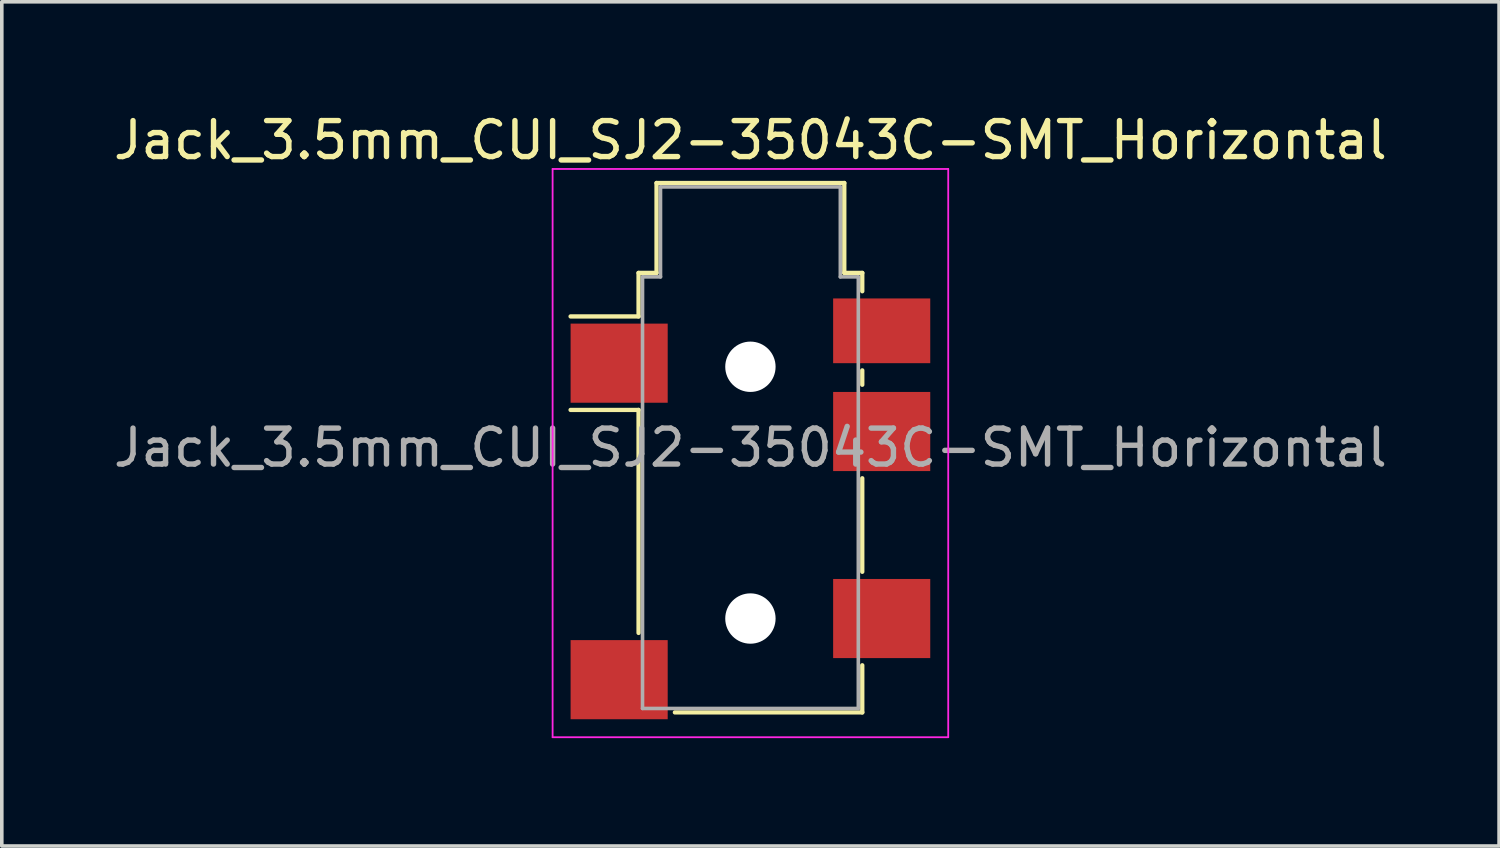
<source format=kicad_pcb>
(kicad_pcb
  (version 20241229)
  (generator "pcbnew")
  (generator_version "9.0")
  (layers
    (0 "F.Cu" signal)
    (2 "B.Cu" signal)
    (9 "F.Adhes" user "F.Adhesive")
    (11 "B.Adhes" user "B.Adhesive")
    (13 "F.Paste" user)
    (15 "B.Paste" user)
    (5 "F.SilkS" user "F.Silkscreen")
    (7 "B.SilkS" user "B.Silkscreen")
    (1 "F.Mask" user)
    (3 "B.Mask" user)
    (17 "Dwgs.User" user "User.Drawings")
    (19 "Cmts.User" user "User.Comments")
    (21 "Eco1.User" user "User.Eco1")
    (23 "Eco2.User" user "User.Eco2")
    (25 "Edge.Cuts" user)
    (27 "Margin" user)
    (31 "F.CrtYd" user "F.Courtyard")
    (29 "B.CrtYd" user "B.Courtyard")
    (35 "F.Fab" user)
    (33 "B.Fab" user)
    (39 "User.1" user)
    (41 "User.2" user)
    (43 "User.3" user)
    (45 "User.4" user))
  (footprint "Jack_3.5mm_CUI_SJ2-35043C-SMT_Horizontal"
    (layer "F.Cu")
    (at 17.815 9.398)
    (property "Reference" "Jack_3.5mm_CUI_SJ2-35043C-SMT_Horizontal" (at 0 -8.55 0) (layer "F.SilkS") (effects (font (size 1 1) (thickness 0.15))))
    (attr smd)
    (fp_line (start -3.11 -4.86) (end -2.61 -4.86) (stroke (width 0.12) (type solid)) (layer "F.SilkS"))
    (fp_line (start -3.11 -3.65) (end -5 -3.65) (stroke (width 0.12) (type solid)) (layer "F.SilkS"))
    (fp_line (start -3.11 -3.65) (end -3.11 -4.86) (stroke (width 0.12) (type solid)) (layer "F.SilkS"))
    (fp_line (start -3.11 -1.05) (end -5 -1.05) (stroke (width 0.12) (type solid)) (layer "F.SilkS"))
    (fp_line (start -3.11 5.15) (end -3.11 -1.05) (stroke (width 0.12) (type solid)) (layer "F.SilkS"))
    (fp_line (start -2.61 -7.36) (end 2.61 -7.36) (stroke (width 0.12) (type solid)) (layer "F.SilkS"))
    (fp_line (start -2.61 -4.86) (end -2.61 -7.36) (stroke (width 0.12) (type solid)) (layer "F.SilkS"))
    (fp_line (start 2.61 -7.36) (end 2.61 -4.86) (stroke (width 0.12) (type solid)) (layer "F.SilkS"))
    (fp_line (start 2.61 -4.86) (end 3.11 -4.86) (stroke (width 0.12) (type solid)) (layer "F.SilkS"))
    (fp_line (start 3.11 -4.86) (end 3.11 -4.35) (stroke (width 0.12) (type solid)) (layer "F.SilkS"))
    (fp_line (start 3.11 -2.15) (end 3.11 -1.75) (stroke (width 0.12) (type solid)) (layer "F.SilkS"))
    (fp_line (start 3.11 0.85) (end 3.11 3.45) (stroke (width 0.12) (type solid)) (layer "F.SilkS"))
    (fp_line (start 3.11 6.05) (end 3.11 7.36) (stroke (width 0.12) (type solid)) (layer "F.SilkS"))
    (fp_line (start 3.11 7.36) (end -2.1 7.36) (stroke (width 0.12) (type solid)) (layer "F.SilkS"))
    (fp_line (start -5.5 -7.75) (end 5.5 -7.75) (stroke (width 0.05) (type solid)) (layer "F.CrtYd"))
    (fp_line (start -5.5 8.05) (end -5.5 -7.75) (stroke (width 0.05) (type solid)) (layer "F.CrtYd"))
    (fp_line (start 5.5 -7.75) (end 5.5 8.05) (stroke (width 0.05) (type solid)) (layer "F.CrtYd"))
    (fp_line (start 5.5 8.05) (end -5.5 8.05) (stroke (width 0.05) (type solid)) (layer "F.CrtYd"))
    (fp_line (start -3 -4.75) (end -2.5 -4.75) (stroke (width 0.1) (type solid)) (layer "F.Fab"))
    (fp_line (start -3 7.25) (end -3 -4.75) (stroke (width 0.1) (type solid)) (layer "F.Fab"))
    (fp_line (start -2.5 -7.25) (end 2.5 -7.25) (stroke (width 0.1) (type solid)) (layer "F.Fab"))
    (fp_line (start -2.5 -4.75) (end -2.5 -7.25) (stroke (width 0.1) (type solid)) (layer "F.Fab"))
    (fp_line (start 2.5 -7.25) (end 2.5 -4.75) (stroke (width 0.1) (type solid)) (layer "F.Fab"))
    (fp_line (start 2.5 -4.75) (end 3 -4.75) (stroke (width 0.1) (type solid)) (layer "F.Fab"))
    (fp_line (start 3 -4.75) (end 3 7.25) (stroke (width 0.1) (type solid)) (layer "F.Fab"))
    (fp_line (start 3 7.25) (end -3 7.25) (stroke (width 0.1) (type solid)) (layer "F.Fab"))
    (fp_text user "${REFERENCE}" (at 0 0 0) (layer "F.Fab") (effects (font (size 1 1) (thickness 0.15))))
    (pad "" np_thru_hole circle (at 0 -2.25 270) (size 1.4 1.4) (drill 1.4) (layers "*.Cu" "*.Mask"))
    (pad "" np_thru_hole circle (at 0 4.75 270) (size 1.4 1.4) (drill 1.4) (layers "*.Cu" "*.Mask"))
    (pad "R" smd rect (at 3.65 -0.45 270) (size 2.2 2.7) (layers "F.Cu" "F.Mask" "F.Paste"))
    (pad "RN" smd rect (at 3.65 -3.25 270) (size 1.8 2.7) (layers "F.Cu" "F.Mask" "F.Paste"))
    (pad "S" smd rect (at -3.65 -2.35 270) (size 2.2 2.7) (layers "F.Cu" "F.Mask" "F.Paste"))
    (pad "T" smd rect (at -3.65 6.45 270) (size 2.2 2.7) (layers "F.Cu" "F.Mask" "F.Paste"))
    (pad "T" smd rect (at 3.65 4.75 270) (size 2.2 2.7) (layers "F.Cu" "F.Mask" "F.Paste")))
  (gr_rect
    (start -3 -3)
    (end 38.631 20.473)
    (stroke (width 0.1) (type default))
    (fill no)
    (layer "Edge.Cuts")))
</source>
